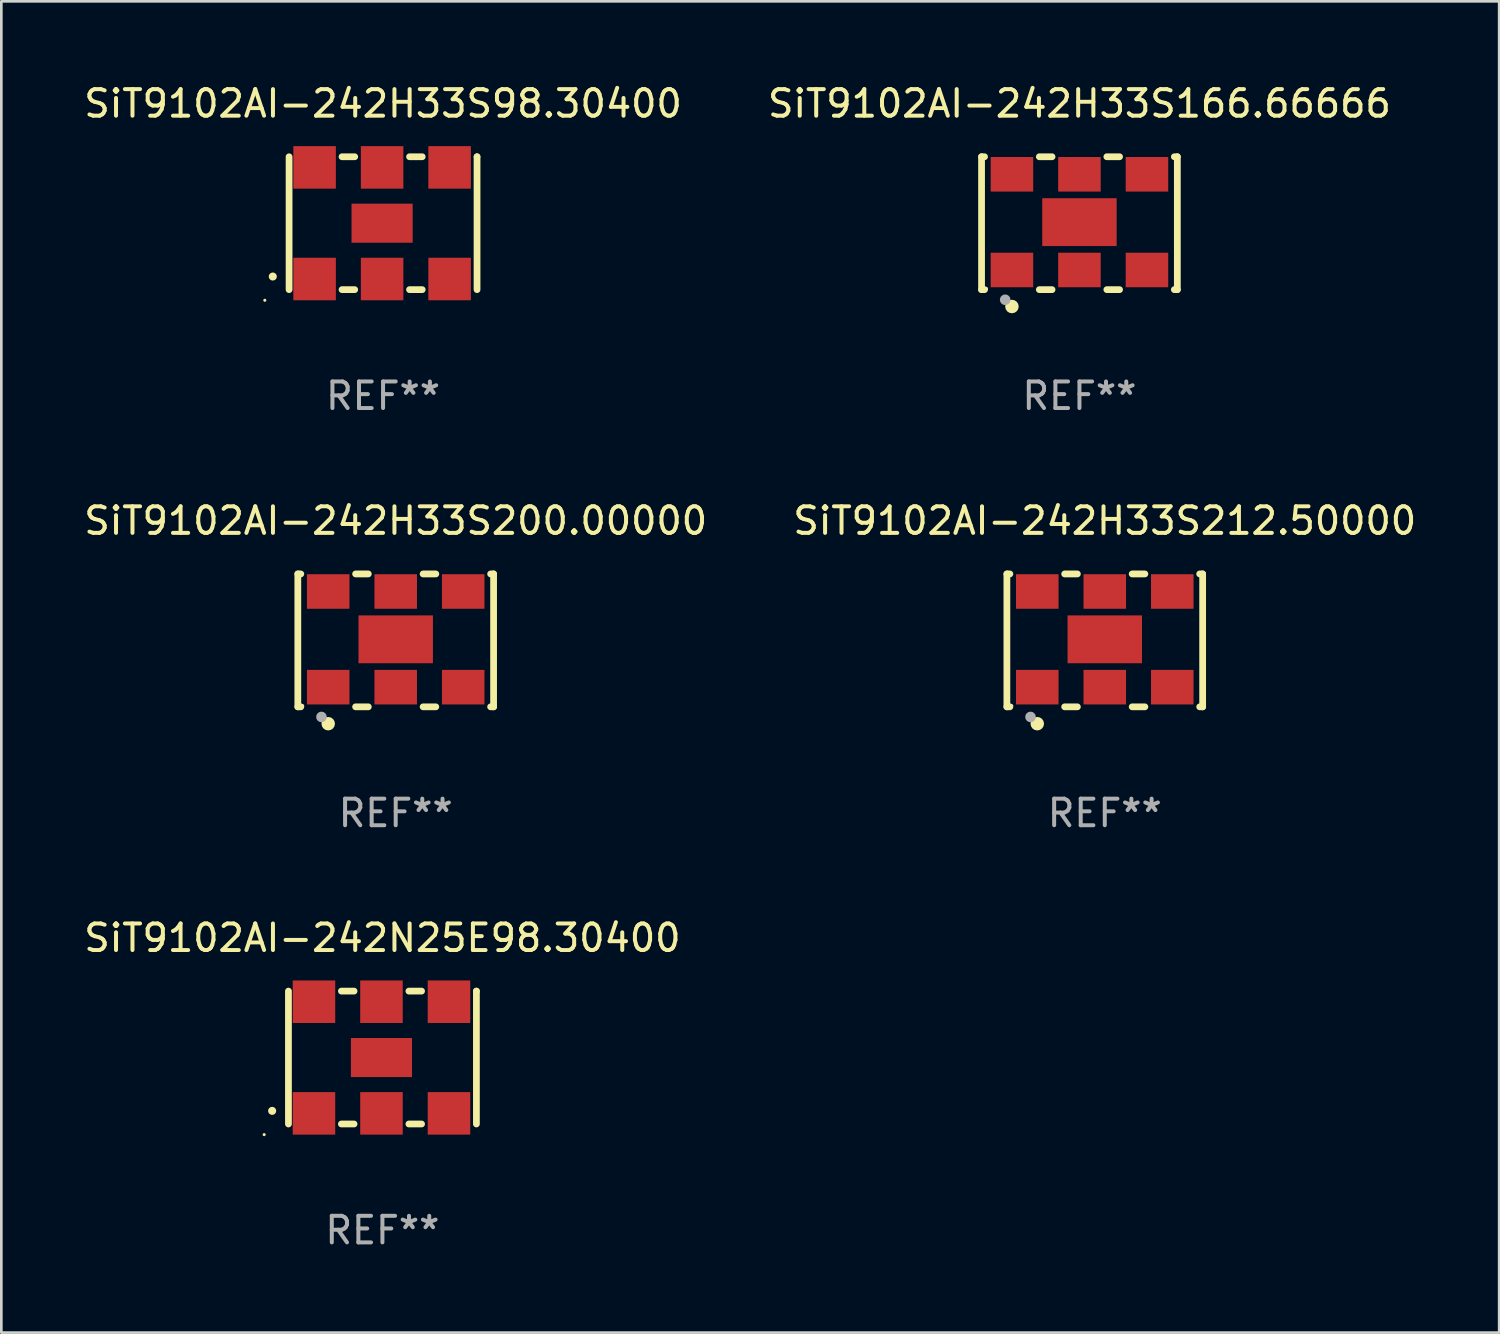
<source format=kicad_pcb>
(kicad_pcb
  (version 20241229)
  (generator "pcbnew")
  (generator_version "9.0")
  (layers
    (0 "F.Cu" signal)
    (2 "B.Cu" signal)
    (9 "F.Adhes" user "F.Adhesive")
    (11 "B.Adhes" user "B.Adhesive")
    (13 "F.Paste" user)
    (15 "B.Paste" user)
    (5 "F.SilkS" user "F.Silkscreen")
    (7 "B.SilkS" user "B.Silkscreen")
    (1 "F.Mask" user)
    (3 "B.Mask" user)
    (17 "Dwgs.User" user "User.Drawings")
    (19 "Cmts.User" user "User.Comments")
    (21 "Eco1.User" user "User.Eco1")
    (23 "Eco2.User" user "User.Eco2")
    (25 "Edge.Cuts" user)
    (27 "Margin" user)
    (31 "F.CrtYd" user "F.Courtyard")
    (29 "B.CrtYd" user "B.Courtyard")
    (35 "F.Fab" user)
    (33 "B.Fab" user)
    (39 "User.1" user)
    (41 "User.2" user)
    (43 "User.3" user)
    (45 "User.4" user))
  (footprint "SiT9102AI-242H33S200.00000"
    (layer "F.Cu")
    (at 11.839 21.045)
    (property "Reference" "SiT9102AI-242H33S200.00000" (at 0 -4.5 0) (layer "F.SilkS") (effects (font (size 1 1) (thickness 0.15))))
    (attr through_hole)
    (fp_line (start -3.683 -2.5) (end -3.571 -2.5) (stroke (width 0.254) (type solid)) (layer "F.SilkS"))
    (fp_line (start -3.683 2.5) (end -3.683 -2.5) (stroke (width 0.254) (type solid)) (layer "F.SilkS"))
    (fp_line (start -3.683 2.5) (end -3.571 2.5) (stroke (width 0.254) (type solid)) (layer "F.SilkS"))
    (fp_line (start -1.509 -2.5) (end -1.031 -2.5) (stroke (width 0.254) (type solid)) (layer "F.SilkS"))
    (fp_line (start -1.509 2.5) (end -1.031 2.5) (stroke (width 0.254) (type solid)) (layer "F.SilkS"))
    (fp_line (start 1.031 -2.5) (end 1.509 -2.5) (stroke (width 0.254) (type solid)) (layer "F.SilkS"))
    (fp_line (start 1.031 2.5) (end 1.509 2.5) (stroke (width 0.254) (type solid)) (layer "F.SilkS"))
    (fp_line (start 3.571 -2.5) (end 3.683 -2.5) (stroke (width 0.254) (type solid)) (layer "F.SilkS"))
    (fp_line (start 3.571 2.5) (end 3.683 2.5) (stroke (width 0.254) (type solid)) (layer "F.SilkS"))
    (fp_line (start 3.683 2.5) (end 3.683 -2.5) (stroke (width 0.254) (type solid)) (layer "F.SilkS"))
    (fp_circle (center -3.5 2.46) (end -3.47 2.46) (stroke (width 0.06) (type solid)) (fill no) (layer "F.SilkS"))
    (fp_circle (center -2.54 3.135) (end -2.413 3.135) (stroke (width 0.254) (type solid)) (fill no) (layer "F.SilkS"))
    (fp_circle (center -2.794 2.881) (end -2.694 2.881) (stroke (width 0.2) (type solid)) (fill no) (layer "F.Fab"))
    (fp_text user "REF**" (at 0 6.5 0) (layer "F.Fab") (effects (font (size 1 1) (thickness 0.15))))
    (pad "1" smd rect (at -2.54 1.76) (size 1.6 1.3) (layers "F.Cu" "F.Mask" "F.Paste"))
    (pad "2" smd rect (at 0 1.76) (size 1.6 1.3) (layers "F.Cu" "F.Mask" "F.Paste"))
    (pad "3" smd rect (at 2.54 1.76) (size 1.6 1.3) (layers "F.Cu" "F.Mask" "F.Paste"))
    (pad "4" smd rect (at 2.54 -1.84) (size 1.6 1.3) (layers "F.Cu" "F.Mask" "F.Paste"))
    (pad "5" smd rect (at 0 -1.84) (size 1.6 1.3) (layers "F.Cu" "F.Mask" "F.Paste"))
    (pad "6" smd rect (at -2.54 -1.84) (size 1.6 1.3) (layers "F.Cu" "F.Mask" "F.Paste"))
    (pad "7" smd rect (at 0 -0.04) (size 2.8 1.8) (layers "F.Cu" "F.Mask" "F.Paste")))
  (footprint "SiT9102AI-242N25E98.30400"
    (layer "F.Cu")
    (at 11.339 36.741)
    (property "Reference" "SiT9102AI-242N25E98.30400" (at 0 -4.5 0) (layer "F.SilkS") (effects (font (size 1 1) (thickness 0.15))))
    (attr through_hole)
    (fp_line (start -3.536 -2.5) (end -3.536 2.5) (stroke (width 0.254) (type solid)) (layer "F.SilkS"))
    (fp_line (start -1.544 2.5) (end -1.067 2.5) (stroke (width 0.254) (type solid)) (layer "F.SilkS"))
    (fp_line (start -1.067 -2.5) (end -1.544 -2.5) (stroke (width 0.254) (type solid)) (layer "F.SilkS"))
    (fp_line (start 0.996 2.5) (end 1.473 2.5) (stroke (width 0.254) (type solid)) (layer "F.SilkS"))
    (fp_line (start 1.473 -2.5) (end 0.996 -2.5) (stroke (width 0.254) (type solid)) (layer "F.SilkS"))
    (fp_line (start 3.536 -2.5) (end 3.536 -2.5) (stroke (width 0.254) (type solid)) (layer "F.SilkS"))
    (fp_line (start 3.536 2.5) (end 3.536 -2.5) (stroke (width 0.254) (type solid)) (layer "F.SilkS"))
    (fp_arc (start -4.150432 2.006604) (mid -4.149162 2.006599) (end -4.147892 2.006604) (stroke (width 0.3) (type solid)) (layer "F.SilkS"))
    (fp_circle (center -4.449 2.9) (end -4.419 2.9) (stroke (width 0.06) (type solid)) (fill no) (layer "F.SilkS"))
    (fp_text user "REF**" (at 0 6.5 0) (layer "F.Fab") (effects (font (size 1 1) (thickness 0.15))))
    (pad "1" smd rect (at -2.576 2.1) (size 1.6 1.6) (layers "F.Cu" "F.Mask" "F.Paste"))
    (pad "2" smd rect (at -0.036 2.1) (size 1.6 1.6) (layers "F.Cu" "F.Mask" "F.Paste"))
    (pad "3" smd rect (at 2.504 2.1) (size 1.6 1.6) (layers "F.Cu" "F.Mask" "F.Paste"))
    (pad "4" smd rect (at 2.504 -2.1) (size 1.6 1.6) (layers "F.Cu" "F.Mask" "F.Paste"))
    (pad "5" smd rect (at -0.036 -2.1) (size 1.6 1.6) (layers "F.Cu" "F.Mask" "F.Paste"))
    (pad "6" smd rect (at -2.576 -2.1) (size 1.6 1.6) (layers "F.Cu" "F.Mask" "F.Paste"))
    (pad "7" smd rect (at -0.036 0) (size 2.3 1.47) (layers "F.Cu" "F.Mask" "F.Paste")))
  (footprint "SiT9102AI-242H33S98.30400"
    (layer "F.Cu")
    (at 11.363 5.348)
    (property "Reference" "SiT9102AI-242H33S98.30400" (at 0 -4.5 0) (layer "F.SilkS") (effects (font (size 1 1) (thickness 0.15))))
    (attr through_hole)
    (fp_line (start -3.536 -2.5) (end -3.536 2.5) (stroke (width 0.254) (type solid)) (layer "F.SilkS"))
    (fp_line (start -1.544 2.5) (end -1.067 2.5) (stroke (width 0.254) (type solid)) (layer "F.SilkS"))
    (fp_line (start -1.067 -2.5) (end -1.544 -2.5) (stroke (width 0.254) (type solid)) (layer "F.SilkS"))
    (fp_line (start 0.996 2.5) (end 1.473 2.5) (stroke (width 0.254) (type solid)) (layer "F.SilkS"))
    (fp_line (start 1.473 -2.5) (end 0.996 -2.5) (stroke (width 0.254) (type solid)) (layer "F.SilkS"))
    (fp_line (start 3.536 -2.5) (end 3.536 -2.5) (stroke (width 0.254) (type solid)) (layer "F.SilkS"))
    (fp_line (start 3.536 2.5) (end 3.536 -2.5) (stroke (width 0.254) (type solid)) (layer "F.SilkS"))
    (fp_arc (start -4.150432 2.006604) (mid -4.149162 2.006599) (end -4.147892 2.006604) (stroke (width 0.3) (type solid)) (layer "F.SilkS"))
    (fp_circle (center -4.449 2.9) (end -4.419 2.9) (stroke (width 0.06) (type solid)) (fill no) (layer "F.SilkS"))
    (fp_text user "REF**" (at 0 6.5 0) (layer "F.Fab") (effects (font (size 1 1) (thickness 0.15))))
    (pad "1" smd rect (at -2.576 2.1) (size 1.6 1.6) (layers "F.Cu" "F.Mask" "F.Paste"))
    (pad "2" smd rect (at -0.036 2.1) (size 1.6 1.6) (layers "F.Cu" "F.Mask" "F.Paste"))
    (pad "3" smd rect (at 2.504 2.1) (size 1.6 1.6) (layers "F.Cu" "F.Mask" "F.Paste"))
    (pad "4" smd rect (at 2.504 -2.1) (size 1.6 1.6) (layers "F.Cu" "F.Mask" "F.Paste"))
    (pad "5" smd rect (at -0.036 -2.1) (size 1.6 1.6) (layers "F.Cu" "F.Mask" "F.Paste"))
    (pad "6" smd rect (at -2.576 -2.1) (size 1.6 1.6) (layers "F.Cu" "F.Mask" "F.Paste"))
    (pad "7" smd rect (at -0.036 0) (size 2.3 1.47) (layers "F.Cu" "F.Mask" "F.Paste")))
  (footprint "SiT9102AI-242H33S212.50000"
    (layer "F.Cu")
    (at 38.518 21.045)
    (property "Reference" "SiT9102AI-242H33S212.50000" (at 0 -4.5 0) (layer "F.SilkS") (effects (font (size 1 1) (thickness 0.15))))
    (attr through_hole)
    (fp_line (start -3.683 -2.5) (end -3.571 -2.5) (stroke (width 0.254) (type solid)) (layer "F.SilkS"))
    (fp_line (start -3.683 2.5) (end -3.683 -2.5) (stroke (width 0.254) (type solid)) (layer "F.SilkS"))
    (fp_line (start -3.683 2.5) (end -3.571 2.5) (stroke (width 0.254) (type solid)) (layer "F.SilkS"))
    (fp_line (start -1.509 -2.5) (end -1.031 -2.5) (stroke (width 0.254) (type solid)) (layer "F.SilkS"))
    (fp_line (start -1.509 2.5) (end -1.031 2.5) (stroke (width 0.254) (type solid)) (layer "F.SilkS"))
    (fp_line (start 1.031 -2.5) (end 1.509 -2.5) (stroke (width 0.254) (type solid)) (layer "F.SilkS"))
    (fp_line (start 1.031 2.5) (end 1.509 2.5) (stroke (width 0.254) (type solid)) (layer "F.SilkS"))
    (fp_line (start 3.571 -2.5) (end 3.683 -2.5) (stroke (width 0.254) (type solid)) (layer "F.SilkS"))
    (fp_line (start 3.571 2.5) (end 3.683 2.5) (stroke (width 0.254) (type solid)) (layer "F.SilkS"))
    (fp_line (start 3.683 2.5) (end 3.683 -2.5) (stroke (width 0.254) (type solid)) (layer "F.SilkS"))
    (fp_circle (center -3.5 2.46) (end -3.47 2.46) (stroke (width 0.06) (type solid)) (fill no) (layer "F.SilkS"))
    (fp_circle (center -2.54 3.135) (end -2.413 3.135) (stroke (width 0.254) (type solid)) (fill no) (layer "F.SilkS"))
    (fp_circle (center -2.794 2.881) (end -2.694 2.881) (stroke (width 0.2) (type solid)) (fill no) (layer "F.Fab"))
    (fp_text user "REF**" (at 0 6.5 0) (layer "F.Fab") (effects (font (size 1 1) (thickness 0.15))))
    (pad "1" smd rect (at -2.54 1.76) (size 1.6 1.3) (layers "F.Cu" "F.Mask" "F.Paste"))
    (pad "2" smd rect (at 0 1.76) (size 1.6 1.3) (layers "F.Cu" "F.Mask" "F.Paste"))
    (pad "3" smd rect (at 2.54 1.76) (size 1.6 1.3) (layers "F.Cu" "F.Mask" "F.Paste"))
    (pad "4" smd rect (at 2.54 -1.84) (size 1.6 1.3) (layers "F.Cu" "F.Mask" "F.Paste"))
    (pad "5" smd rect (at 0 -1.84) (size 1.6 1.3) (layers "F.Cu" "F.Mask" "F.Paste"))
    (pad "6" smd rect (at -2.54 -1.84) (size 1.6 1.3) (layers "F.Cu" "F.Mask" "F.Paste"))
    (pad "7" smd rect (at 0 -0.04) (size 2.8 1.8) (layers "F.Cu" "F.Mask" "F.Paste")))
  (footprint "SiT9102AI-242H33S166.66666"
    (layer "F.Cu")
    (at 37.565 5.348)
    (property "Reference" "SiT9102AI-242H33S166.66666" (at 0 -4.5 0) (layer "F.SilkS") (effects (font (size 1 1) (thickness 0.15))))
    (attr through_hole)
    (fp_line (start -3.683 -2.5) (end -3.571 -2.5) (stroke (width 0.254) (type solid)) (layer "F.SilkS"))
    (fp_line (start -3.683 2.5) (end -3.683 -2.5) (stroke (width 0.254) (type solid)) (layer "F.SilkS"))
    (fp_line (start -3.683 2.5) (end -3.571 2.5) (stroke (width 0.254) (type solid)) (layer "F.SilkS"))
    (fp_line (start -1.509 -2.5) (end -1.031 -2.5) (stroke (width 0.254) (type solid)) (layer "F.SilkS"))
    (fp_line (start -1.509 2.5) (end -1.031 2.5) (stroke (width 0.254) (type solid)) (layer "F.SilkS"))
    (fp_line (start 1.031 -2.5) (end 1.509 -2.5) (stroke (width 0.254) (type solid)) (layer "F.SilkS"))
    (fp_line (start 1.031 2.5) (end 1.509 2.5) (stroke (width 0.254) (type solid)) (layer "F.SilkS"))
    (fp_line (start 3.571 -2.5) (end 3.683 -2.5) (stroke (width 0.254) (type solid)) (layer "F.SilkS"))
    (fp_line (start 3.571 2.5) (end 3.683 2.5) (stroke (width 0.254) (type solid)) (layer "F.SilkS"))
    (fp_line (start 3.683 2.5) (end 3.683 -2.5) (stroke (width 0.254) (type solid)) (layer "F.SilkS"))
    (fp_circle (center -3.5 2.46) (end -3.47 2.46) (stroke (width 0.06) (type solid)) (fill no) (layer "F.SilkS"))
    (fp_circle (center -2.54 3.135) (end -2.413 3.135) (stroke (width 0.254) (type solid)) (fill no) (layer "F.SilkS"))
    (fp_circle (center -2.794 2.881) (end -2.694 2.881) (stroke (width 0.2) (type solid)) (fill no) (layer "F.Fab"))
    (fp_text user "REF**" (at 0 6.5 0) (layer "F.Fab") (effects (font (size 1 1) (thickness 0.15))))
    (pad "1" smd rect (at -2.54 1.76) (size 1.6 1.3) (layers "F.Cu" "F.Mask" "F.Paste"))
    (pad "2" smd rect (at 0 1.76) (size 1.6 1.3) (layers "F.Cu" "F.Mask" "F.Paste"))
    (pad "3" smd rect (at 2.54 1.76) (size 1.6 1.3) (layers "F.Cu" "F.Mask" "F.Paste"))
    (pad "4" smd rect (at 2.54 -1.84) (size 1.6 1.3) (layers "F.Cu" "F.Mask" "F.Paste"))
    (pad "5" smd rect (at 0 -1.84) (size 1.6 1.3) (layers "F.Cu" "F.Mask" "F.Paste"))
    (pad "6" smd rect (at -2.54 -1.84) (size 1.6 1.3) (layers "F.Cu" "F.Mask" "F.Paste"))
    (pad "7" smd rect (at 0 -0.04) (size 2.8 1.8) (layers "F.Cu" "F.Mask" "F.Paste")))
  (gr_rect
    (start -3 -3)
    (end 53.357 47.09)
    (stroke (width 0.1) (type default))
    (fill no)
    (layer "Edge.Cuts")))
</source>
